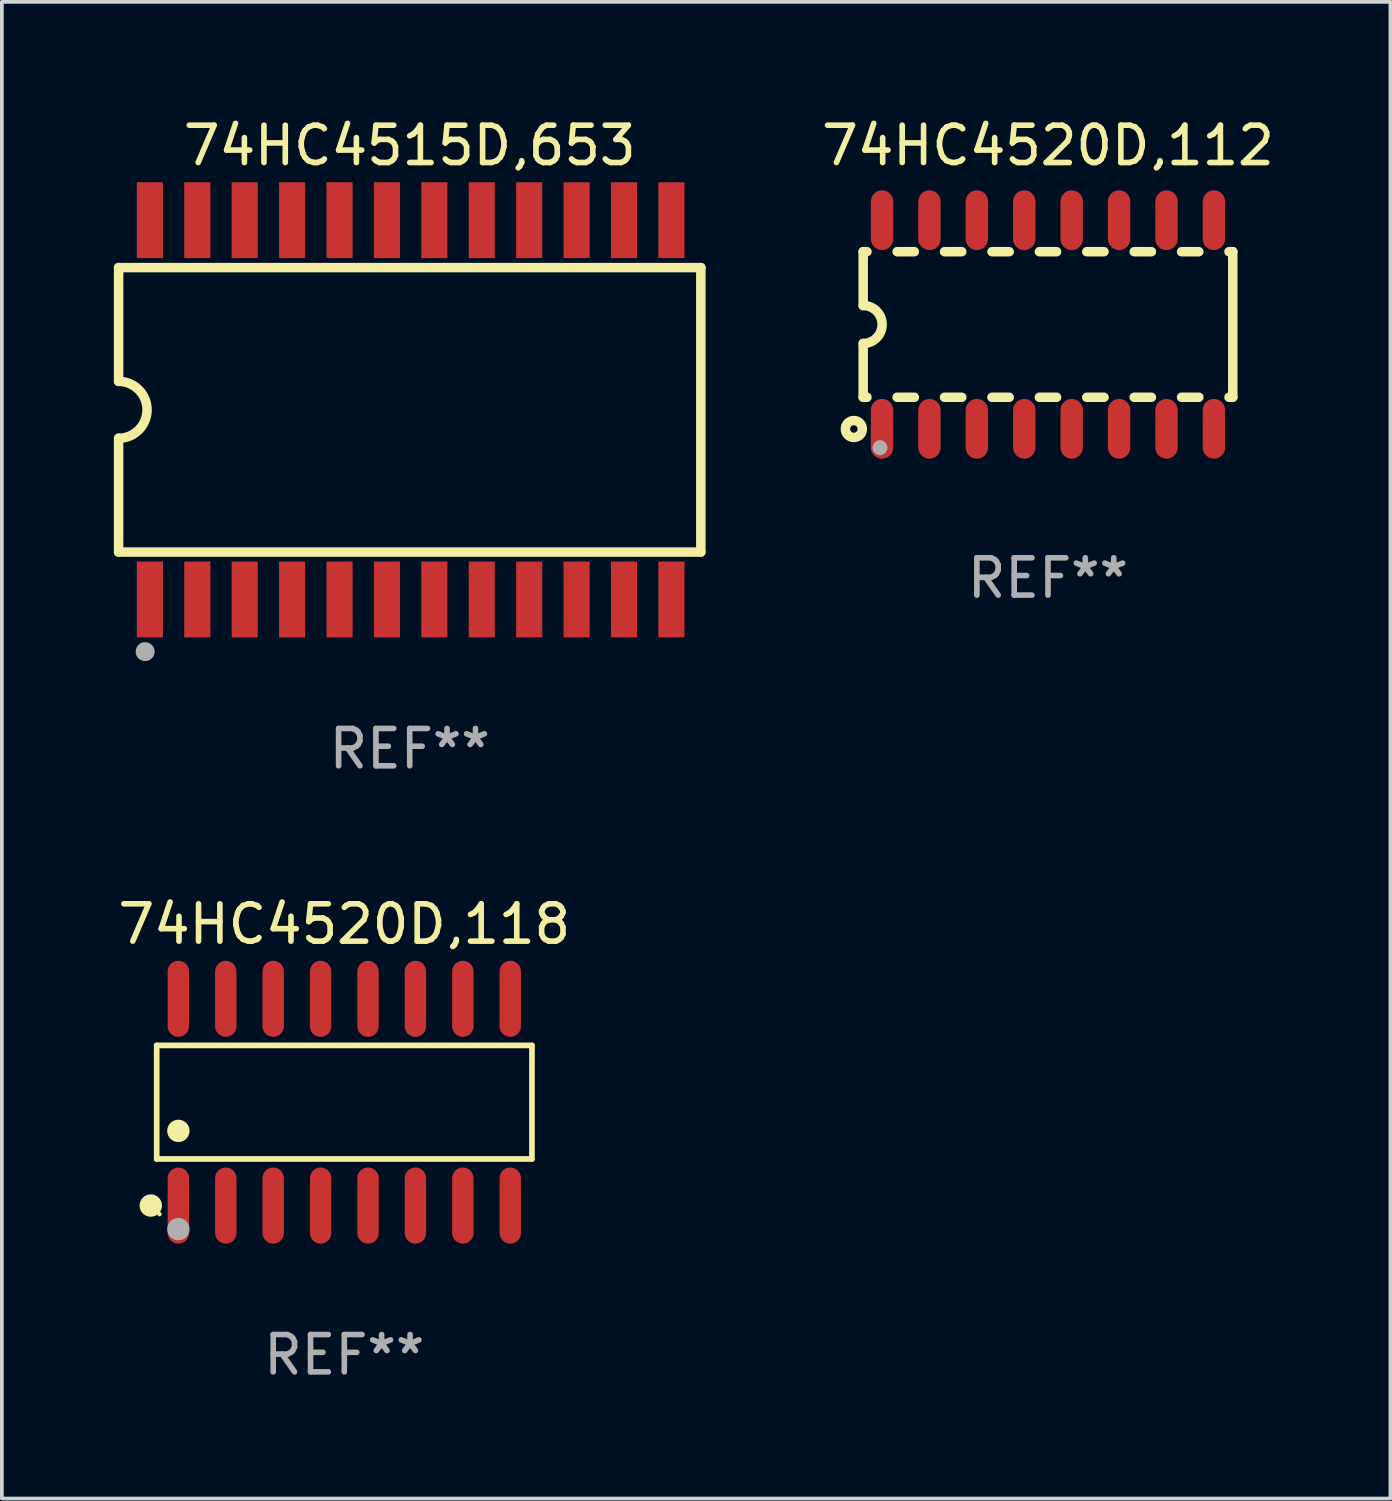
<source format=kicad_pcb>
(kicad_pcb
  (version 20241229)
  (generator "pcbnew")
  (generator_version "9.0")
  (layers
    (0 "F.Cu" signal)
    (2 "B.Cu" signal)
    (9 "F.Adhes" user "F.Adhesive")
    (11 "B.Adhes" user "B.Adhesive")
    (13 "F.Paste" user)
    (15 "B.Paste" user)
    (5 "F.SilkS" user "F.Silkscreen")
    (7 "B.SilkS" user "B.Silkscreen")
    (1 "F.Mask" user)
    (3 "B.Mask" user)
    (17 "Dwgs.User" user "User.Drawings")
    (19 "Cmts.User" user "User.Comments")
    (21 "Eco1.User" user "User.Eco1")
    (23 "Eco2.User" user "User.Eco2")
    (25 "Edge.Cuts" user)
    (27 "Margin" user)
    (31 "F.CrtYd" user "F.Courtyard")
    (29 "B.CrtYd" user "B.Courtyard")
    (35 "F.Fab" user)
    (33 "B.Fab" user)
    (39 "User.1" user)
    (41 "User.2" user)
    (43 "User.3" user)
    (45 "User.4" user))
  (footprint "74HC4515D,653"
    (layer "F.Cu")
    (at 7.925 7.928)
    (property "Reference" "74HC4515D,653" (at 0 -7.08 0) (layer "F.SilkS") (effects (font (size 1 1) (thickness 0.15))))
    (attr through_hole)
    (fp_line (start -7.798 -3.81) (end -7.798 -0.762) (stroke (width 0.254) (type solid)) (layer "F.SilkS"))
    (fp_line (start -7.798 3.81) (end -7.798 0.762) (stroke (width 0.254) (type solid)) (layer "F.SilkS"))
    (fp_line (start 7.798 -3.81) (end -7.798 -3.81) (stroke (width 0.254) (type solid)) (layer "F.SilkS"))
    (fp_line (start 7.798 3.81) (end -7.798 3.81) (stroke (width 0.254) (type solid)) (layer "F.SilkS"))
    (fp_line (start 7.798 3.81) (end 7.798 -3.81) (stroke (width 0.254) (type solid)) (layer "F.SilkS"))
    (fp_arc (start -7.797791 -0.762002) (mid -7.03579 -0.000001) (end -7.79779 0.762002) (stroke (width 0.254001) (type solid)) (layer "F.SilkS"))
    (fp_circle (center -7.825 3.75) (end -7.795 3.75) (stroke (width 0.06) (type solid)) (fill no) (layer "F.SilkS"))
    (fp_circle (center -7.087 6.477) (end -6.96 6.477) (stroke (width 0.254) (type solid)) (fill no) (layer "F.Fab"))
    (fp_text user "REF**" (at 0 9.08 0) (layer "F.Fab") (effects (font (size 1 1) (thickness 0.15))))
    (pad "1" smd rect (at -6.96 5.08 90) (size 2.032 0.7) (layers "F.Cu" "F.Mask" "F.Paste"))
    (pad "2" smd rect (at -5.69 5.08 90) (size 2.032 0.7) (layers "F.Cu" "F.Mask" "F.Paste"))
    (pad "3" smd rect (at -4.42 5.08 90) (size 2.032 0.7) (layers "F.Cu" "F.Mask" "F.Paste"))
    (pad "4" smd rect (at -3.15 5.08 90) (size 2.032 0.7) (layers "F.Cu" "F.Mask" "F.Paste"))
    (pad "5" smd rect (at -1.88 5.08 90) (size 2.032 0.7) (layers "F.Cu" "F.Mask" "F.Paste"))
    (pad "6" smd rect (at -0.61 5.08 90) (size 2.032 0.7) (layers "F.Cu" "F.Mask" "F.Paste"))
    (pad "7" smd rect (at 0.66 5.08 90) (size 2.032 0.7) (layers "F.Cu" "F.Mask" "F.Paste"))
    (pad "8" smd rect (at 1.93 5.08 90) (size 2.032 0.7) (layers "F.Cu" "F.Mask" "F.Paste"))
    (pad "9" smd rect (at 3.2 5.08 90) (size 2.032 0.7) (layers "F.Cu" "F.Mask" "F.Paste"))
    (pad "10" smd rect (at 4.47 5.08 90) (size 2.032 0.7) (layers "F.Cu" "F.Mask" "F.Paste"))
    (pad "11" smd rect (at 5.74 5.08 90) (size 2.032 0.7) (layers "F.Cu" "F.Mask" "F.Paste"))
    (pad "12" smd rect (at 7.01 5.08 90) (size 2.032 0.7) (layers "F.Cu" "F.Mask" "F.Paste"))
    (pad "13" smd rect (at 7.01 -5.08 90) (size 2.032 0.7) (layers "F.Cu" "F.Mask" "F.Paste"))
    (pad "14" smd rect (at 5.74 -5.08 90) (size 2.032 0.7) (layers "F.Cu" "F.Mask" "F.Paste"))
    (pad "15" smd rect (at 4.47 -5.08 90) (size 2.032 0.7) (layers "F.Cu" "F.Mask" "F.Paste"))
    (pad "16" smd rect (at 3.2 -5.08 90) (size 2.032 0.7) (layers "F.Cu" "F.Mask" "F.Paste"))
    (pad "17" smd rect (at 1.93 -5.08 90) (size 2.032 0.7) (layers "F.Cu" "F.Mask" "F.Paste"))
    (pad "18" smd rect (at 0.66 -5.08 90) (size 2.032 0.7) (layers "F.Cu" "F.Mask" "F.Paste"))
    (pad "19" smd rect (at -0.61 -5.08 90) (size 2.032 0.7) (layers "F.Cu" "F.Mask" "F.Paste"))
    (pad "20" smd rect (at -1.88 -5.08 90) (size 2.032 0.7) (layers "F.Cu" "F.Mask" "F.Paste"))
    (pad "21" smd rect (at -3.15 -5.08 90) (size 2.032 0.7) (layers "F.Cu" "F.Mask" "F.Paste"))
    (pad "22" smd rect (at -4.42 -5.08 90) (size 2.032 0.7) (layers "F.Cu" "F.Mask" "F.Paste"))
    (pad "23" smd rect (at -5.69 -5.08 90) (size 2.032 0.7) (layers "F.Cu" "F.Mask" "F.Paste"))
    (pad "24" smd rect (at -6.96 -5.08 90) (size 2.032 0.7) (layers "F.Cu" "F.Mask" "F.Paste")))
  (footprint "74HC4520D,118"
    (layer "F.Cu")
    (at 6.173 26.474)
    (property "Reference" "74HC4520D,118" (at 0 -4.769 0) (layer "F.SilkS") (effects (font (size 1 1) (thickness 0.15))))
    (attr through_hole)
    (fp_line (start -5.026 -1.521) (end 5.026 -1.521) (stroke (width 0.152) (type solid)) (layer "F.SilkS"))
    (fp_line (start -5.026 1.521) (end -5.026 -1.521) (stroke (width 0.152) (type solid)) (layer "F.SilkS"))
    (fp_line (start 5.026 -1.521) (end 5.026 1.521) (stroke (width 0.152) (type solid)) (layer "F.SilkS"))
    (fp_line (start 5.026 1.521) (end -5.026 1.521) (stroke (width 0.152) (type solid)) (layer "F.SilkS"))
    (fp_circle (center -5.184 2.769) (end -5.034 2.769) (stroke (width 0.3) (type solid)) (fill no) (layer "F.SilkS"))
    (fp_circle (center -4.95 3) (end -4.92 3) (stroke (width 0.06) (type solid)) (fill no) (layer "F.SilkS"))
    (fp_circle (center -4.445 0.769) (end -4.295 0.769) (stroke (width 0.3) (type solid)) (fill no) (layer "F.SilkS"))
    (fp_circle (center -4.445 3.4) (end -4.295 3.4) (stroke (width 0.3) (type solid)) (fill no) (layer "F.Fab"))
    (fp_text user "REF**" (at 0 6.769 0) (layer "F.Fab") (effects (font (size 1 1) (thickness 0.15))))
    (pad "1" smd oval (at -4.445 2.769) (size 0.574 2.038) (layers "F.Cu" "F.Mask" "F.Paste"))
    (pad "2" smd oval (at -3.175 2.769) (size 0.574 2.038) (layers "F.Cu" "F.Mask" "F.Paste"))
    (pad "3" smd oval (at -1.905 2.769) (size 0.574 2.038) (layers "F.Cu" "F.Mask" "F.Paste"))
    (pad "4" smd oval (at -0.635 2.769) (size 0.574 2.038) (layers "F.Cu" "F.Mask" "F.Paste"))
    (pad "5" smd oval (at 0.635 2.769) (size 0.574 2.038) (layers "F.Cu" "F.Mask" "F.Paste"))
    (pad "6" smd oval (at 1.905 2.769) (size 0.574 2.038) (layers "F.Cu" "F.Mask" "F.Paste"))
    (pad "7" smd oval (at 3.175 2.769) (size 0.574 2.038) (layers "F.Cu" "F.Mask" "F.Paste"))
    (pad "8" smd oval (at 4.445 2.769) (size 0.574 2.038) (layers "F.Cu" "F.Mask" "F.Paste"))
    (pad "9" smd oval (at 4.445 -2.769) (size 0.574 2.038) (layers "F.Cu" "F.Mask" "F.Paste"))
    (pad "10" smd oval (at 3.175 -2.769) (size 0.574 2.038) (layers "F.Cu" "F.Mask" "F.Paste"))
    (pad "11" smd oval (at 1.905 -2.769) (size 0.574 2.038) (layers "F.Cu" "F.Mask" "F.Paste"))
    (pad "12" smd oval (at 0.635 -2.769) (size 0.574 2.038) (layers "F.Cu" "F.Mask" "F.Paste"))
    (pad "13" smd oval (at -0.635 -2.769) (size 0.574 2.038) (layers "F.Cu" "F.Mask" "F.Paste"))
    (pad "14" smd oval (at -1.905 -2.769) (size 0.574 2.038) (layers "F.Cu" "F.Mask" "F.Paste"))
    (pad "15" smd oval (at -3.175 -2.769) (size 0.574 2.038) (layers "F.Cu" "F.Mask" "F.Paste"))
    (pad "16" smd oval (at -4.445 -2.769) (size 0.574 2.038) (layers "F.Cu" "F.Mask" "F.Paste")))
  (footprint "74HC4520D,112"
    (layer "F.Cu")
    (at 25.022 5.642)
    (property "Reference" "74HC4520D,112" (at 0 -4.794 0) (layer "F.SilkS") (effects (font (size 1 1) (thickness 0.15))))
    (attr through_hole)
    (fp_line (start -4.95 -1.95) (end -4.95 -0.508) (stroke (width 0.254) (type solid)) (layer "F.SilkS"))
    (fp_line (start -4.95 -1.95) (end -4.849 -1.95) (stroke (width 0.254) (type solid)) (layer "F.SilkS"))
    (fp_line (start -4.95 1.95) (end -4.95 0.508) (stroke (width 0.254) (type solid)) (layer "F.SilkS"))
    (fp_line (start -4.95 1.95) (end -4.849 1.95) (stroke (width 0.254) (type solid)) (layer "F.SilkS"))
    (fp_line (start -4.041 -1.95) (end -3.579 -1.95) (stroke (width 0.254) (type solid)) (layer "F.SilkS"))
    (fp_line (start -4.041 1.95) (end -3.579 1.95) (stroke (width 0.254) (type solid)) (layer "F.SilkS"))
    (fp_line (start -2.771 -1.95) (end -2.309 -1.95) (stroke (width 0.254) (type solid)) (layer "F.SilkS"))
    (fp_line (start -2.771 1.95) (end -2.309 1.95) (stroke (width 0.254) (type solid)) (layer "F.SilkS"))
    (fp_line (start -1.501 -1.95) (end -1.039 -1.95) (stroke (width 0.254) (type solid)) (layer "F.SilkS"))
    (fp_line (start -1.501 1.95) (end -1.039 1.95) (stroke (width 0.254) (type solid)) (layer "F.SilkS"))
    (fp_line (start -0.231 -1.95) (end 0.231 -1.95) (stroke (width 0.254) (type solid)) (layer "F.SilkS"))
    (fp_line (start -0.231 1.95) (end 0.231 1.95) (stroke (width 0.254) (type solid)) (layer "F.SilkS"))
    (fp_line (start 1.039 -1.95) (end 1.501 -1.95) (stroke (width 0.254) (type solid)) (layer "F.SilkS"))
    (fp_line (start 1.039 1.95) (end 1.501 1.95) (stroke (width 0.254) (type solid)) (layer "F.SilkS"))
    (fp_line (start 2.309 -1.95) (end 2.771 -1.95) (stroke (width 0.254) (type solid)) (layer "F.SilkS"))
    (fp_line (start 2.309 1.95) (end 2.771 1.95) (stroke (width 0.254) (type solid)) (layer "F.SilkS"))
    (fp_line (start 3.579 -1.95) (end 4.041 -1.95) (stroke (width 0.254) (type solid)) (layer "F.SilkS"))
    (fp_line (start 3.579 1.95) (end 4.041 1.95) (stroke (width 0.254) (type solid)) (layer "F.SilkS"))
    (fp_line (start 4.849 -1.95) (end 4.95 -1.95) (stroke (width 0.254) (type solid)) (layer "F.SilkS"))
    (fp_line (start 4.849 1.95) (end 4.95 1.95) (stroke (width 0.254) (type solid)) (layer "F.SilkS"))
    (fp_line (start 4.95 -1.95) (end 4.95 1.95) (stroke (width 0.254) (type solid)) (layer "F.SilkS"))
    (fp_arc (start -4.95047 -0.508001) (mid -4.442469 -0.000228) (end -4.950013 0.508001) (stroke (width 0.254001) (type solid)) (layer "F.SilkS"))
    (fp_circle (center -5.2 2.8) (end -5.1 2.8) (stroke (width 0.254) (type solid)) (fill no) (layer "F.SilkS"))
    (fp_circle (center -4.95 2.947) (end -4.92 2.947) (stroke (width 0.06) (type solid)) (fill no) (layer "F.SilkS"))
    (fp_circle (center -4.5 3.3) (end -4.4 3.3) (stroke (width 0.2) (type solid)) (fill no) (layer "F.Fab"))
    (fp_text user "REF**" (at 0 6.794 0) (layer "F.Fab") (effects (font (size 1 1) (thickness 0.15))))
    (pad "1" smd oval (at -4.445 2.794) (size 0.6 1.6) (layers "F.Cu" "F.Mask" "F.Paste"))
    (pad "2" smd oval (at -3.175 2.794) (size 0.6 1.6) (layers "F.Cu" "F.Mask" "F.Paste"))
    (pad "3" smd oval (at -1.905 2.794) (size 0.6 1.6) (layers "F.Cu" "F.Mask" "F.Paste"))
    (pad "4" smd oval (at -0.635 2.794) (size 0.6 1.6) (layers "F.Cu" "F.Mask" "F.Paste"))
    (pad "5" smd oval (at 0.635 2.794) (size 0.6 1.6) (layers "F.Cu" "F.Mask" "F.Paste"))
    (pad "6" smd oval (at 1.905 2.794) (size 0.6 1.6) (layers "F.Cu" "F.Mask" "F.Paste"))
    (pad "7" smd oval (at 3.175 2.794) (size 0.6 1.6) (layers "F.Cu" "F.Mask" "F.Paste"))
    (pad "8" smd oval (at 4.445 2.794) (size 0.6 1.6) (layers "F.Cu" "F.Mask" "F.Paste"))
    (pad "9" smd oval (at 4.445 -2.794) (size 0.6 1.6) (layers "F.Cu" "F.Mask" "F.Paste"))
    (pad "10" smd oval (at 3.175 -2.794) (size 0.6 1.6) (layers "F.Cu" "F.Mask" "F.Paste"))
    (pad "11" smd oval (at 1.905 -2.794) (size 0.6 1.6) (layers "F.Cu" "F.Mask" "F.Paste"))
    (pad "12" smd oval (at 0.635 -2.794) (size 0.6 1.6) (layers "F.Cu" "F.Mask" "F.Paste"))
    (pad "13" smd oval (at -0.635 -2.794) (size 0.6 1.6) (layers "F.Cu" "F.Mask" "F.Paste"))
    (pad "14" smd oval (at -1.905 -2.794) (size 0.6 1.6) (layers "F.Cu" "F.Mask" "F.Paste"))
    (pad "15" smd oval (at -3.175 -2.794) (size 0.6 1.6) (layers "F.Cu" "F.Mask" "F.Paste"))
    (pad "16" smd oval (at -4.445 -2.794) (size 0.6 1.6) (layers "F.Cu" "F.Mask" "F.Paste")))
  (gr_rect
    (start -3 -3)
    (end 34.195 37.091)
    (stroke (width 0.1) (type default))
    (fill no)
    (layer "Edge.Cuts")))
</source>
